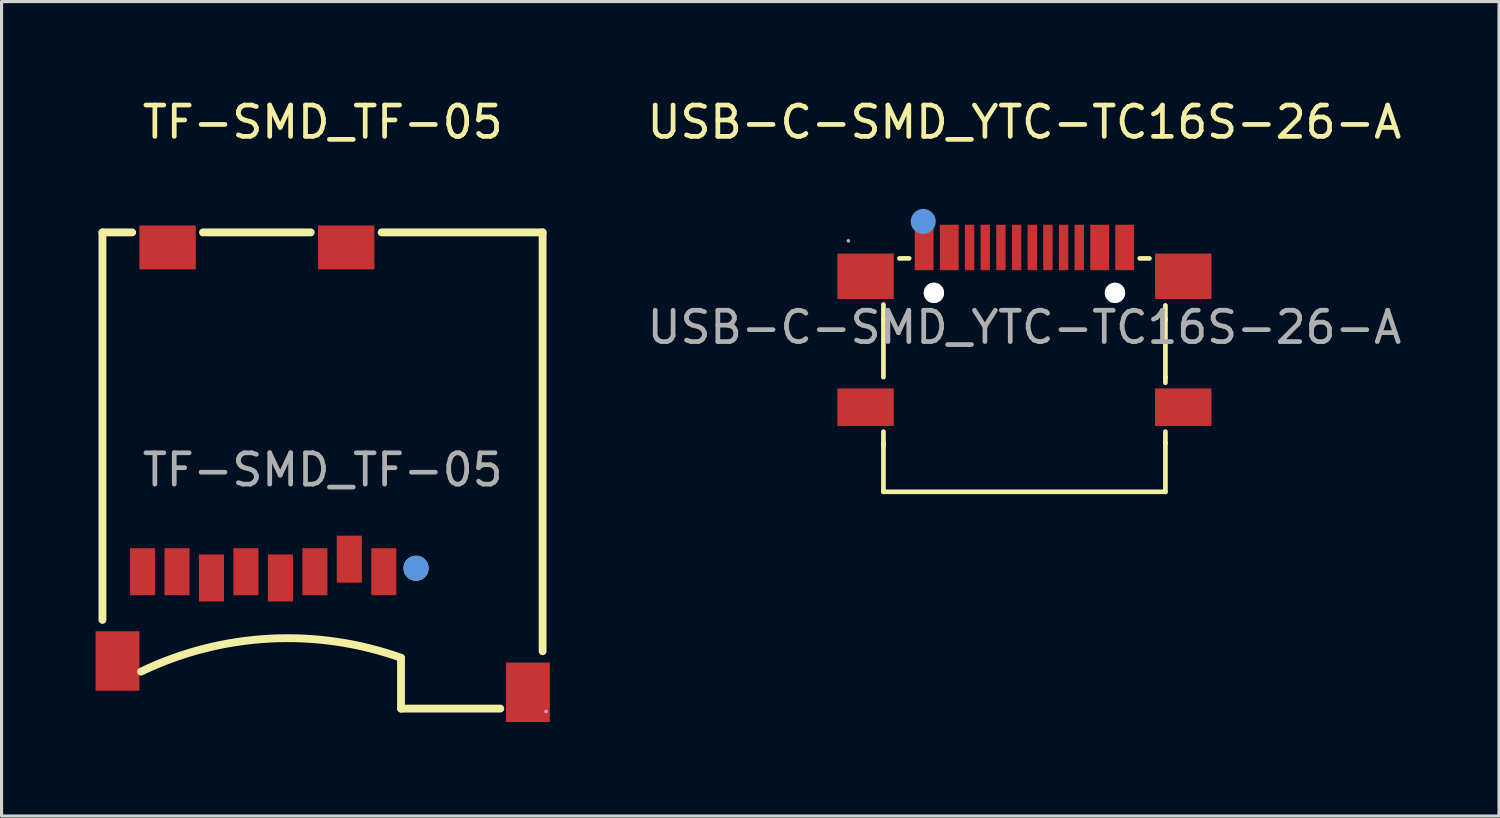
<source format=kicad_pcb>
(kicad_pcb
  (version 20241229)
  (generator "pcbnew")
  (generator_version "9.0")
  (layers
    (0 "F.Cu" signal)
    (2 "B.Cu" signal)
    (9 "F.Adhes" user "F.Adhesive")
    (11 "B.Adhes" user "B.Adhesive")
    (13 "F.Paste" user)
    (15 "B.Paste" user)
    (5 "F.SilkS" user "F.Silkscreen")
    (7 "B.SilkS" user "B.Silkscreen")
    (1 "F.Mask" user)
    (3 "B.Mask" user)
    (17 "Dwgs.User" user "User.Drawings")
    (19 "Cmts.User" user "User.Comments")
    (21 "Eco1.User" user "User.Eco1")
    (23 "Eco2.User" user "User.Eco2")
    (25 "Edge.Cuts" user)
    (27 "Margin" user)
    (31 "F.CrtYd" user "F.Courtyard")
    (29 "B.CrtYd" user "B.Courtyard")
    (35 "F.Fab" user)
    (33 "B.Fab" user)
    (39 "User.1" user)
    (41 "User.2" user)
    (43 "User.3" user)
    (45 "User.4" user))
  (footprint "TF-SMD_TF-05"
    (layer "F.Cu")
    (at 7.25 11.948)
    (property "Reference" "TF-SMD_TF-05" (at 0 -11.1 0) (layer "F.SilkS") (effects (font (size 1 1) (thickness 0.15))))
    (attr smd)
    (fp_line (start -7.03 -7.58) (end -7.03 4.79) (stroke (width 0.25) (type solid)) (layer "F.SilkS"))
    (fp_line (start -6.08 -7.58) (end -7.03 -7.58) (stroke (width 0.25) (type solid)) (layer "F.SilkS"))
    (fp_line (start -0.38 -7.58) (end -3.82 -7.58) (stroke (width 0.25) (type solid)) (layer "F.SilkS"))
    (fp_line (start 2.5 7.62) (end 2.5 6) (stroke (width 0.25) (type solid)) (layer "F.SilkS"))
    (fp_line (start 2.5 7.62) (end 5.67 7.62) (stroke (width 0.25) (type solid)) (layer "F.SilkS"))
    (fp_line (start 7.02 -7.58) (end 1.88 -7.58) (stroke (width 0.25) (type solid)) (layer "F.SilkS"))
    (fp_line (start 7.02 -7.58) (end 7.02 5.79) (stroke (width 0.25) (type solid)) (layer "F.SilkS"))
    (fp_arc (start -5.8 6.44) (mid -1.694933 5.387338) (end 2.498857 5.997093) (stroke (width 0.25) (type solid)) (layer "F.SilkS"))
    (fp_circle (center 2.98 3.14) (end 3.18 3.14) (stroke (width 0.4) (type solid)) (fill no) (layer "F.SilkS"))
    (fp_circle (center 2.98 3.14) (end 3.18 3.14) (stroke (width 0.4) (type solid)) (fill no) (layer "Cmts.User"))
    (fp_circle (center 7.13 7.71) (end 7.16 7.71) (stroke (width 0.06) (type solid)) (fill no) (layer "F.Fab"))
    (fp_text user "${REFERENCE}" (at 0 0 0) (layer "F.Fab") (effects (font (size 1 1) (thickness 0.15))))
    (pad "1" smd rect (at 1.95 3.25) (size 0.8 1.5) (layers "F.Cu" "F.Mask" "F.Paste"))
    (pad "2" smd rect (at 0.85 2.85) (size 0.8 1.5) (layers "F.Cu" "F.Mask" "F.Paste"))
    (pad "3" smd rect (at -0.25 3.25) (size 0.8 1.5) (layers "F.Cu" "F.Mask" "F.Paste"))
    (pad "4" smd rect (at -1.35 3.45 180) (size 0.8 1.5) (layers "F.Cu" "F.Mask" "F.Paste"))
    (pad "5" smd rect (at -2.45 3.25) (size 0.8 1.5) (layers "F.Cu" "F.Mask" "F.Paste"))
    (pad "6" smd rect (at -3.55 3.45) (size 0.8 1.5) (layers "F.Cu" "F.Mask" "F.Paste"))
    (pad "7" smd rect (at -4.65 3.25) (size 0.8 1.5) (layers "F.Cu" "F.Mask" "F.Paste"))
    (pad "8" smd rect (at -5.75 3.25) (size 0.8 1.5) (layers "F.Cu" "F.Mask" "F.Paste"))
    (pad "9" smd rect (at -4.95 -7.1) (size 1.8 1.4) (layers "F.Cu" "F.Mask" "F.Paste"))
    (pad "10" smd rect (at 0.75 -7.1) (size 1.8 1.4) (layers "F.Cu" "F.Mask" "F.Paste"))
    (pad "11" smd rect (at -6.55 6.1 90) (size 1.9 1.4) (layers "F.Cu" "F.Mask" "F.Paste"))
    (pad "11" smd rect (at 6.55 7.1 90) (size 1.9 1.4) (layers "F.Cu" "F.Mask" "F.Paste")))
  (footprint "USB-C-SMD_YTC-TC16S-26-A"
    (layer "F.Cu")
    (at 29.649 7.398)
    (property "Reference" "USB-C-SMD_YTC-TC16S-26-A" (at 0 -6.55 0) (layer "F.SilkS") (effects (font (size 1 1) (thickness 0.15))))
    (attr smd)
    (fp_line (start -4.5 -0.25) (end -4.5 -0.73) (stroke (width 0.15) (type solid)) (layer "F.SilkS"))
    (fp_line (start -4.5 -0.25) (end -4.5 -0.25) (stroke (width 0.15) (type solid)) (layer "F.SilkS"))
    (fp_line (start -4.5 -0.25) (end -4.5 1.59) (stroke (width 0.15) (type solid)) (layer "F.SilkS"))
    (fp_line (start -4.5 3.7) (end -4.5 5.25) (stroke (width 0.15) (type solid)) (layer "F.SilkS"))
    (fp_line (start -4.5 3.77) (end -4.5 3.33) (stroke (width 0.15) (type solid)) (layer "F.SilkS"))
    (fp_line (start -4.5 3.77) (end -4.5 3.77) (stroke (width 0.15) (type solid)) (layer "F.SilkS"))
    (fp_line (start -4.5 5.25) (end 4.5 5.25) (stroke (width 0.15) (type solid)) (layer "F.SilkS"))
    (fp_line (start -3.99 -2.2) (end -3.68 -2.2) (stroke (width 0.15) (type solid)) (layer "F.SilkS"))
    (fp_line (start 3.68 -2.2) (end 3.99 -2.2) (stroke (width 0.15) (type solid)) (layer "F.SilkS"))
    (fp_line (start 4.5 -0.25) (end 4.5 -0.7) (stroke (width 0.15) (type solid)) (layer "F.SilkS"))
    (fp_line (start 4.5 -0.25) (end 4.5 -0.25) (stroke (width 0.15) (type solid)) (layer "F.SilkS"))
    (fp_line (start 4.5 1.59) (end 4.5 -0.25) (stroke (width 0.15) (type solid)) (layer "F.SilkS"))
    (fp_line (start 4.5 1.59) (end 4.5 1.59) (stroke (width 0.15) (type solid)) (layer "F.SilkS"))
    (fp_line (start 4.5 1.59) (end 4.5 1.77) (stroke (width 0.15) (type solid)) (layer "F.SilkS"))
    (fp_line (start 4.5 3.7) (end 4.5 3.33) (stroke (width 0.15) (type solid)) (layer "F.SilkS"))
    (fp_line (start 4.5 3.7) (end 4.5 3.7) (stroke (width 0.15) (type solid)) (layer "F.SilkS"))
    (fp_line (start 4.5 5.25) (end 4.5 3.7) (stroke (width 0.15) (type solid)) (layer "F.SilkS"))
    (fp_circle (center -3.23 -3.38) (end -3.03 -3.38) (stroke (width 0.4) (type solid)) (fill no) (layer "Cmts.User"))
    (fp_circle (center -2.89 -1.1) (end -2.79 -1.1) (stroke (width 0.2) (type solid)) (fill no) (layer "Cmts.User"))
    (fp_circle (center 2.89 -1.1) (end 2.99 -1.1) (stroke (width 0.2) (type solid)) (fill no) (layer "Cmts.User"))
    (fp_circle (center -5.62 -2.76) (end -5.59 -2.76) (stroke (width 0.06) (type solid)) (fill no) (layer "F.Fab"))
    (fp_text user "${REFERENCE}" (at 0 0 0) (layer "F.Fab") (effects (font (size 1 1) (thickness 0.15))))
    (pad "" thru_hole circle (at -2.89 -1.1) (size 0.65 0.65) (drill 0.65) (layers "*.Cu" "*.Mask"))
    (pad "" thru_hole circle (at 2.89 -1.1) (size 0.65 0.65) (drill 0.65) (layers "*.Cu" "*.Mask"))
    (pad "12" smd rect (at -5.07 -1.63) (size 1.8 1.45) (layers "F.Cu" "F.Mask" "F.Paste"))
    (pad "13" smd rect (at 5.07 -1.63) (size 1.8 1.45) (layers "F.Cu" "F.Mask" "F.Paste"))
    (pad "14" smd rect (at -5.07 2.55) (size 1.8 1.2) (layers "F.Cu" "F.Mask" "F.Paste"))
    (pad "15" smd rect (at 5.07 2.55) (size 1.8 1.2) (layers "F.Cu" "F.Mask" "F.Paste"))
    (pad "A1B12" smd rect (at -3.2 -2.55) (size 0.6 1.45) (layers "F.Cu" "F.Mask" "F.Paste"))
    (pad "A4B9" smd rect (at -2.4 -2.55) (size 0.6 1.45) (layers "F.Cu" "F.Mask" "F.Paste"))
    (pad "A5" smd rect (at -1.25 -2.55) (size 0.3 1.45) (layers "F.Cu" "F.Mask" "F.Paste"))
    (pad "A6" smd rect (at -0.25 -2.55) (size 0.3 1.45) (layers "F.Cu" "F.Mask" "F.Paste"))
    (pad "A7" smd rect (at 0.25 -2.55) (size 0.3 1.45) (layers "F.Cu" "F.Mask" "F.Paste"))
    (pad "A8" smd rect (at 1.25 -2.55) (size 0.3 1.45) (layers "F.Cu" "F.Mask" "F.Paste"))
    (pad "A9B4" smd rect (at 2.4 -2.55) (size 0.6 1.45) (layers "F.Cu" "F.Mask" "F.Paste"))
    (pad "A12B1" smd rect (at 3.2 -2.55) (size 0.6 1.45) (layers "F.Cu" "F.Mask" "F.Paste"))
    (pad "B5" smd rect (at 1.75 -2.55) (size 0.3 1.45) (layers "F.Cu" "F.Mask" "F.Paste"))
    (pad "B6" smd rect (at 0.75 -2.55) (size 0.3 1.45) (layers "F.Cu" "F.Mask" "F.Paste"))
    (pad "B7" smd rect (at -0.75 -2.55) (size 0.3 1.45) (layers "F.Cu" "F.Mask" "F.Paste"))
    (pad "B8" smd rect (at -1.75 -2.55) (size 0.3 1.45) (layers "F.Cu" "F.Mask" "F.Paste")))
  (gr_rect
    (start -3 -3)
    (end 44.798 22.998)
    (stroke (width 0.1) (type default))
    (fill no)
    (layer "Edge.Cuts")))
</source>
